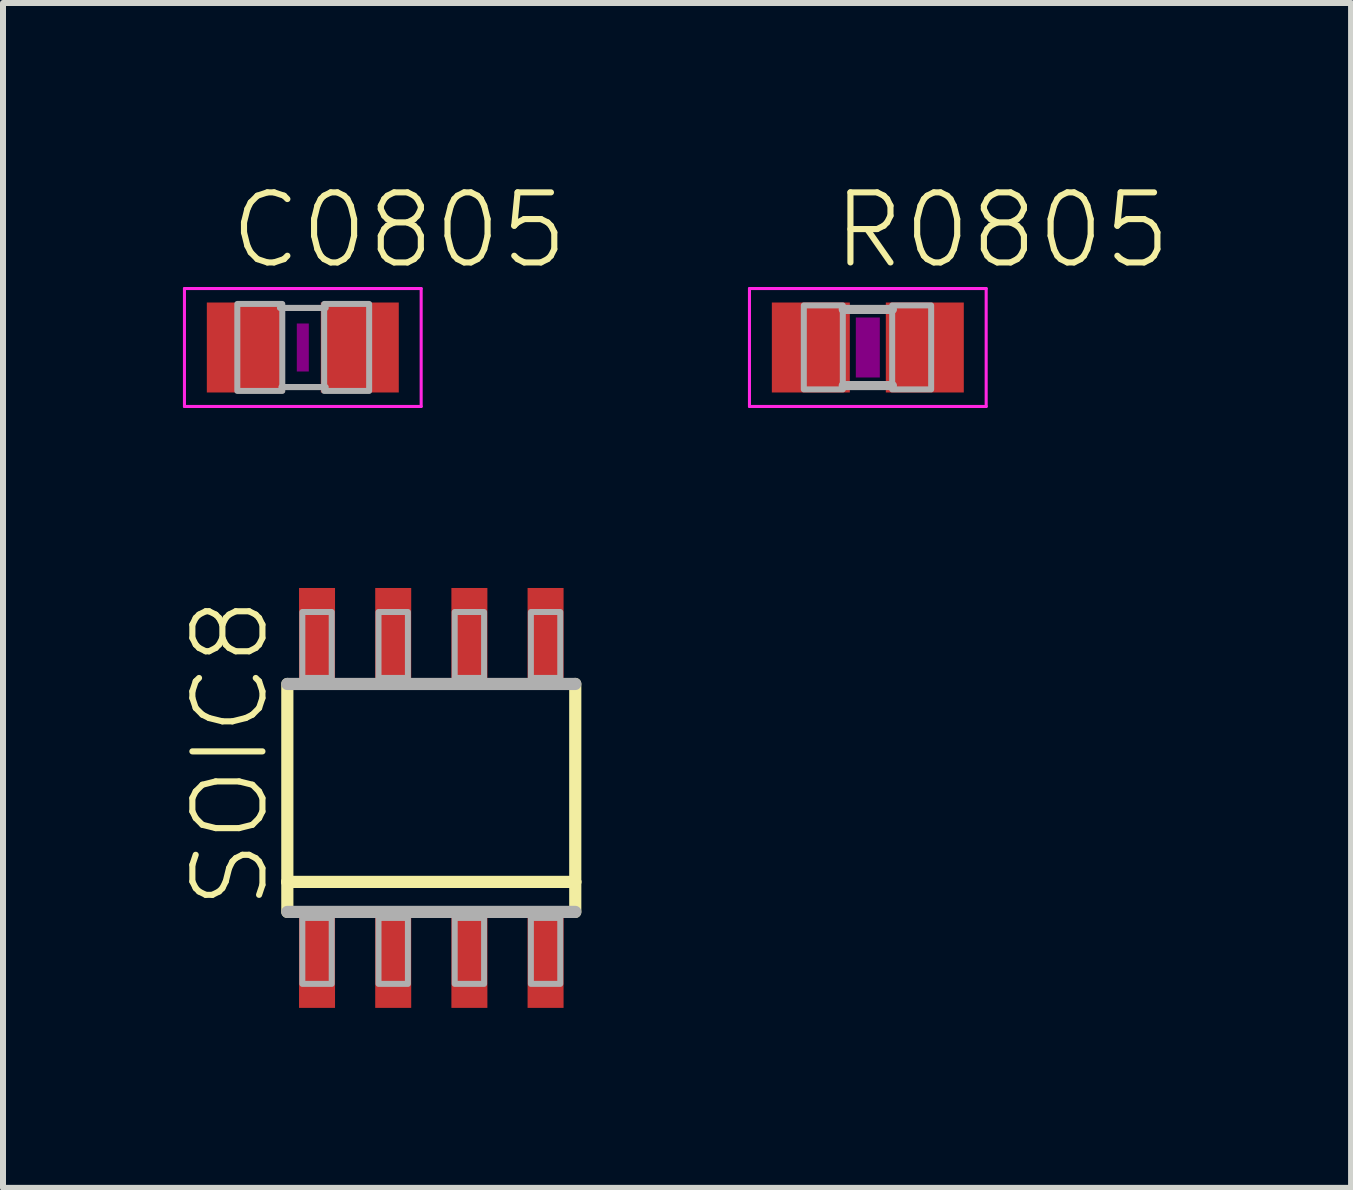
<source format=kicad_pcb>
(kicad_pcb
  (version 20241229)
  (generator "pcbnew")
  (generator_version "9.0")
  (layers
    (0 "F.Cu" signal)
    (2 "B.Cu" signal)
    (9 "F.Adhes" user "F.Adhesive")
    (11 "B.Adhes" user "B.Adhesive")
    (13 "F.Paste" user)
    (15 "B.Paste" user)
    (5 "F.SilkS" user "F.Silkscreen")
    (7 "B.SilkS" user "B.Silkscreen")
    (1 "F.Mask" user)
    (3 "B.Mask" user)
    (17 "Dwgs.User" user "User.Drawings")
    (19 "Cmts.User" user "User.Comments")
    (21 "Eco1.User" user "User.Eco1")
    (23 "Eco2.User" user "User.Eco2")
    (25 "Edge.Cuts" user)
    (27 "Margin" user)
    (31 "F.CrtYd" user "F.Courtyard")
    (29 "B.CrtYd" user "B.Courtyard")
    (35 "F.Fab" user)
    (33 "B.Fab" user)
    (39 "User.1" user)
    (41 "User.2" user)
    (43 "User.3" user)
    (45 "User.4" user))
  (footprint "SOIC8"
    (layer "F.Cu")
    (at 4.14 10.252)
    (property "Reference" "SOIC8" (at -2.667 1.905 90) (layer "F.SilkS") (effects (font (size 1.168 1.168) (thickness 0.102)) (justify left bottom)))
    (fp_line (start -2.4 1.4) (end -2.4 -1.9) (stroke (width 0.203) (type solid)) (layer "F.SilkS"))
    (fp_line (start -2.4 1.9) (end -2.4 1.4) (stroke (width 0.203) (type solid)) (layer "F.SilkS"))
    (fp_line (start 2.4 -1.9) (end 2.4 1.4) (stroke (width 0.203) (type solid)) (layer "F.SilkS"))
    (fp_line (start 2.4 1.4) (end -2.4 1.4) (stroke (width 0.203) (type solid)) (layer "F.SilkS"))
    (fp_line (start 2.4 1.4) (end 2.4 1.9) (stroke (width 0.203) (type solid)) (layer "F.SilkS"))
    (fp_line (start -2.4 -1.9) (end 2.4 -1.9) (stroke (width 0.203) (type solid)) (layer "F.Fab"))
    (fp_line (start 2.4 1.9) (end -2.4 1.9) (stroke (width 0.203) (type solid)) (layer "F.Fab"))
    (fp_poly (pts (xy -2.15 -2) (xy -1.66 -2) (xy -1.66 -3.1) (xy -2.15 -3.1)) (stroke (width 0.1) (type solid)) (fill no) (layer "F.Fab"))
    (fp_poly (pts (xy -2.15 3.1) (xy -1.66 3.1) (xy -1.66 2) (xy -2.15 2)) (stroke (width 0.1) (type solid)) (fill no) (layer "F.Fab"))
    (fp_poly (pts (xy -0.88 -2) (xy -0.39 -2) (xy -0.39 -3.1) (xy -0.88 -3.1)) (stroke (width 0.1) (type solid)) (fill no) (layer "F.Fab"))
    (fp_poly (pts (xy -0.88 3.1) (xy -0.39 3.1) (xy -0.39 2) (xy -0.88 2)) (stroke (width 0.1) (type solid)) (fill no) (layer "F.Fab"))
    (fp_poly (pts (xy 0.39 -2) (xy 0.88 -2) (xy 0.88 -3.1) (xy 0.39 -3.1)) (stroke (width 0.1) (type solid)) (fill no) (layer "F.Fab"))
    (fp_poly (pts (xy 0.39 3.1) (xy 0.88 3.1) (xy 0.88 2) (xy 0.39 2)) (stroke (width 0.1) (type solid)) (fill no) (layer "F.Fab"))
    (fp_poly (pts (xy 1.66 -2) (xy 2.15 -2) (xy 2.15 -3.1) (xy 1.66 -3.1)) (stroke (width 0.1) (type solid)) (fill no) (layer "F.Fab"))
    (fp_poly (pts (xy 1.66 3.1) (xy 2.15 3.1) (xy 2.15 2) (xy 1.66 2)) (stroke (width 0.1) (type solid)) (fill no) (layer "F.Fab"))
    (pad "1" smd rect (at -1.905 2.75) (size 0.6 1.5) (layers "F.Cu" "F.Mask" "F.Paste"))
    (pad "2" smd rect (at -0.635 2.75) (size 0.6 1.5) (layers "F.Cu" "F.Mask" "F.Paste"))
    (pad "3" smd rect (at 0.635 2.75) (size 0.6 1.5) (layers "F.Cu" "F.Mask" "F.Paste"))
    (pad "4" smd rect (at 1.905 2.75) (size 0.6 1.5) (layers "F.Cu" "F.Mask" "F.Paste"))
    (pad "5" smd rect (at 1.905 -2.75) (size 0.6 1.5) (layers "F.Cu" "F.Mask" "F.Paste"))
    (pad "6" smd rect (at 0.635 -2.75) (size 0.6 1.5) (layers "F.Cu" "F.Mask" "F.Paste"))
    (pad "7" smd rect (at -0.635 -2.75) (size 0.6 1.5) (layers "F.Cu" "F.Mask" "F.Paste"))
    (pad "8" smd rect (at -1.905 -2.75) (size 0.6 1.5) (layers "F.Cu" "F.Mask" "F.Paste")))
  (footprint "R0805"
    (layer "F.Cu")
    (at 11.417 2.743)
    (property "Reference" "R0805" (at -0.635 -1.27 0) (layer "F.SilkS") (effects (font (size 1.168 1.168) (thickness 0.102)) (justify left bottom)))
    (fp_poly (pts (xy -0.2 0.5) (xy 0.2 0.5) (xy 0.2 -0.5) (xy -0.2 -0.5)) (stroke (width 0) (type solid)) (fill yes) (layer "F.Adhes"))
    (fp_line (start -1.973 -0.983) (end 1.973 -0.983) (stroke (width 0.051) (type solid)) (layer "F.CrtYd"))
    (fp_line (start -1.973 0.983) (end -1.973 -0.983) (stroke (width 0.051) (type solid)) (layer "F.CrtYd"))
    (fp_line (start 1.973 -0.983) (end 1.973 0.983) (stroke (width 0.051) (type solid)) (layer "F.CrtYd"))
    (fp_line (start 1.973 0.983) (end -1.973 0.983) (stroke (width 0.051) (type solid)) (layer "F.CrtYd"))
    (fp_line (start -0.41 -0.635) (end 0.41 -0.635) (stroke (width 0.152) (type solid)) (layer "F.Fab"))
    (fp_line (start -0.41 0.635) (end 0.41 0.635) (stroke (width 0.152) (type solid)) (layer "F.Fab"))
    (fp_poly (pts (xy -1.067 0.699) (xy -0.417 0.699) (xy -0.417 -0.702) (xy -1.067 -0.702)) (stroke (width 0.1) (type solid)) (fill no) (layer "F.Fab"))
    (fp_poly (pts (xy 0.406 0.699) (xy 1.056 0.699) (xy 1.056 -0.702) (xy 0.406 -0.702)) (stroke (width 0.1) (type solid)) (fill no) (layer "F.Fab"))
    (pad "1" smd rect (at -0.95 0) (size 1.3 1.5) (layers "F.Cu" "F.Mask" "F.Paste"))
    (pad "2" smd rect (at 0.95 0) (size 1.3 1.5) (layers "F.Cu" "F.Mask" "F.Paste")))
  (footprint "C0805"
    (layer "F.Cu")
    (at 1.998 2.743)
    (property "Reference" "C0805" (at -1.27 -1.27 0) (layer "F.SilkS") (effects (font (size 1.168 1.168) (thickness 0.102)) (justify left bottom)))
    (fp_poly (pts (xy -0.1 0.4) (xy 0.1 0.4) (xy 0.1 -0.4) (xy -0.1 -0.4)) (stroke (width 0) (type solid)) (fill yes) (layer "F.Adhes"))
    (fp_line (start -1.973 -0.983) (end 1.973 -0.983) (stroke (width 0.051) (type solid)) (layer "F.CrtYd"))
    (fp_line (start -1.973 0.983) (end -1.973 -0.983) (stroke (width 0.051) (type solid)) (layer "F.CrtYd"))
    (fp_line (start 1.973 -0.983) (end 1.973 0.983) (stroke (width 0.051) (type solid)) (layer "F.CrtYd"))
    (fp_line (start 1.973 0.983) (end -1.973 0.983) (stroke (width 0.051) (type solid)) (layer "F.CrtYd"))
    (fp_line (start -0.381 -0.66) (end 0.381 -0.66) (stroke (width 0.102) (type solid)) (layer "F.Fab"))
    (fp_line (start -0.356 0.66) (end 0.381 0.66) (stroke (width 0.102) (type solid)) (layer "F.Fab"))
    (fp_poly (pts (xy -1.092 0.724) (xy -0.342 0.724) (xy -0.342 -0.726) (xy -1.092 -0.726)) (stroke (width 0.1) (type solid)) (fill no) (layer "F.Fab"))
    (fp_poly (pts (xy 0.356 0.724) (xy 1.106 0.724) (xy 1.106 -0.726) (xy 0.356 -0.726)) (stroke (width 0.1) (type solid)) (fill no) (layer "F.Fab"))
    (pad "1" smd rect (at -0.95 0) (size 1.3 1.5) (layers "F.Cu" "F.Mask" "F.Paste"))
    (pad "2" smd rect (at 0.95 0) (size 1.3 1.5) (layers "F.Cu" "F.Mask" "F.Paste")))
  (gr_rect
    (start -3 -3)
    (end 19.473 16.752)
    (stroke (width 0.1) (type default))
    (fill no)
    (layer "Edge.Cuts")))
</source>
